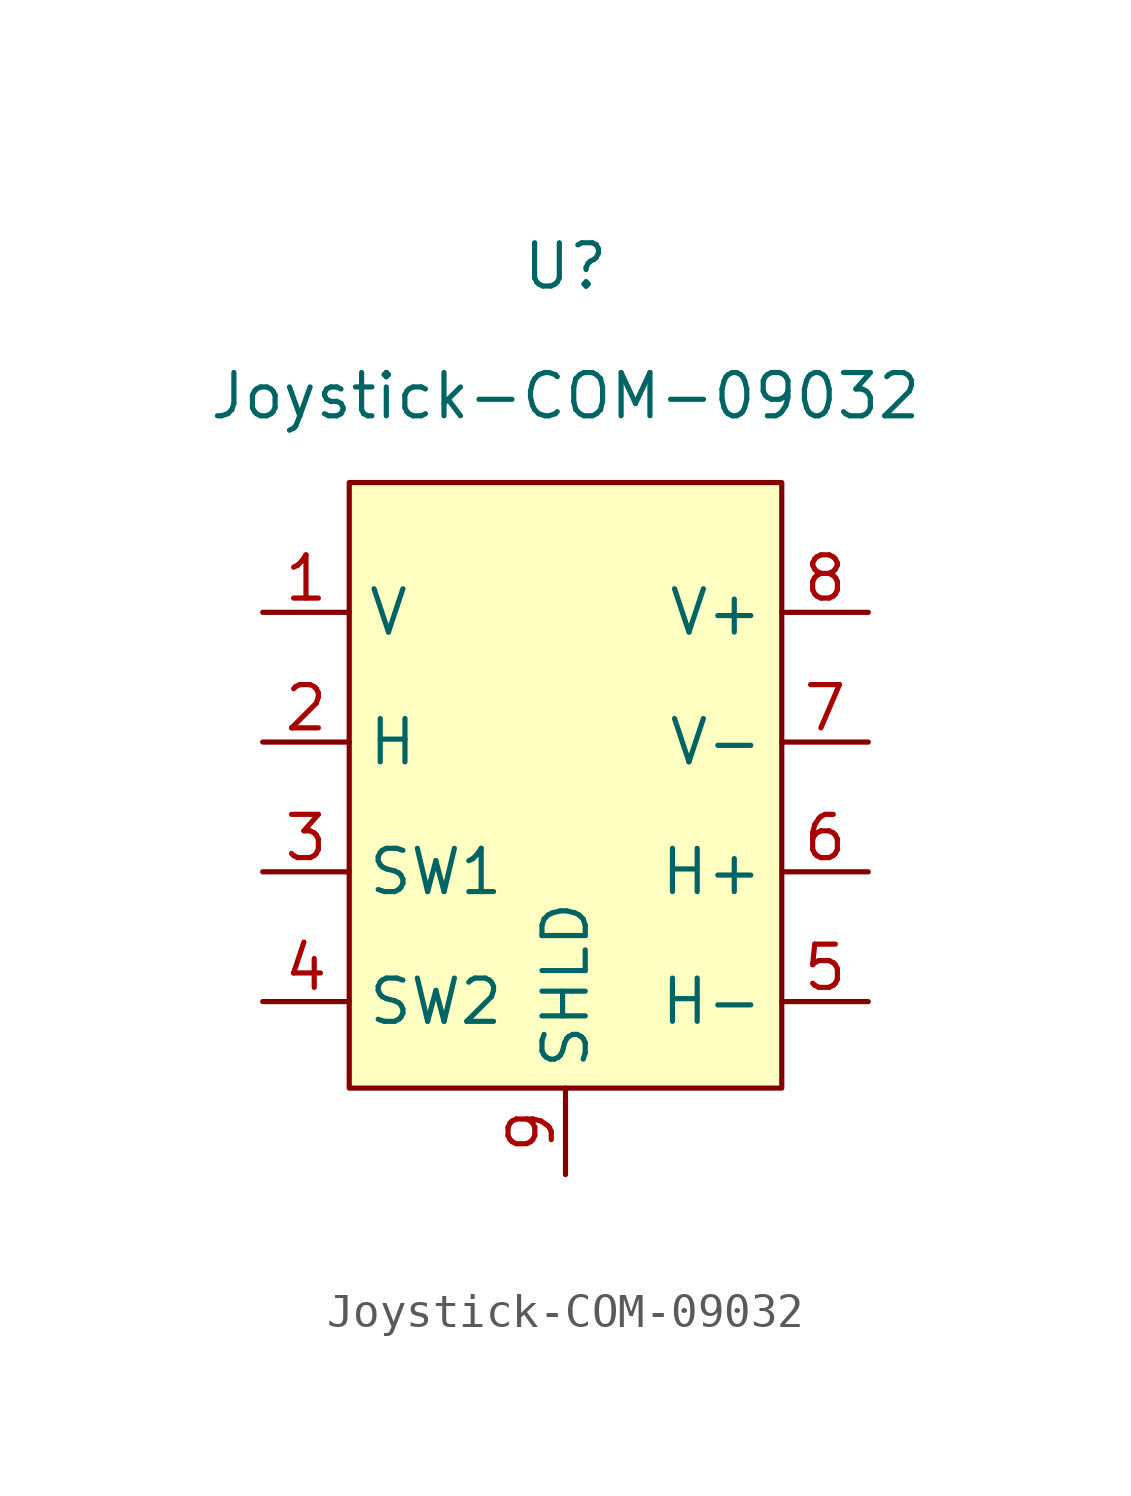
<source format=kicad_sym>
(kicad_symbol_lib
  (version 20211014)
  (generator kicad_symbol_editor)
  (symbol "Joystick-COM-09032"
    (property "Reference" "U"
      (at 0 15.24 0)
      (effects (font (size 1.27 1.27))))
    (property "Value" "Joystick-COM-09032"
      (at 0 11.43 0)
      (effects (font (size 1.27 1.27))))
    (symbol "Joystick-COM-09032_0_1"
      (rectangle (start -6.35 8.89) (end 6.35 -8.89) (stroke (width 0.152) (type default) (color 0 0 0 0)) (fill (type background))))
    (symbol "Joystick-COM-09032_1_1"
      (pin passive line (at -8.89 5.08 0) (length 2.54) (name "V" (effects (font (size 1.27 1.27)))) (number "1" (effects (font (size 1.27 1.27)))))
      (pin passive line (at -8.89 1.27 0) (length 2.54) (name "H" (effects (font (size 1.27 1.27)))) (number "2" (effects (font (size 1.27 1.27)))))
      (pin passive line (at -8.89 -2.54 0) (length 2.54) (name "SW1" (effects (font (size 1.27 1.27)))) (number "3" (effects (font (size 1.27 1.27)))))
      (pin passive line (at -8.89 -6.35 0) (length 2.54) (name "SW2" (effects (font (size 1.27 1.27)))) (number "4" (effects (font (size 1.27 1.27)))))
      (pin power_out line (at 8.89 -6.35 180) (length 2.54) (name "H-" (effects (font (size 1.27 1.27)))) (number "5" (effects (font (size 1.27 1.27)))))
      (pin power_in line (at 8.89 -2.54 180) (length 2.54) (name "H+" (effects (font (size 1.27 1.27)))) (number "6" (effects (font (size 1.27 1.27)))))
      (pin power_in line (at 8.89 1.27 180) (length 2.54) (name "V-" (effects (font (size 1.27 1.27)))) (number "7" (effects (font (size 1.27 1.27)))))
      (pin power_in line (at 8.89 5.08 180) (length 2.54) (name "V+" (effects (font (size 1.27 1.27)))) (number "8" (effects (font (size 1.27 1.27)))))
      (pin passive line (at 0 -11.43 90) (length 2.54) (name "SHLD" (effects (font (size 1.27 1.27)))) (number "9" (effects (font (size 1.27 1.27))))))))
</source>
